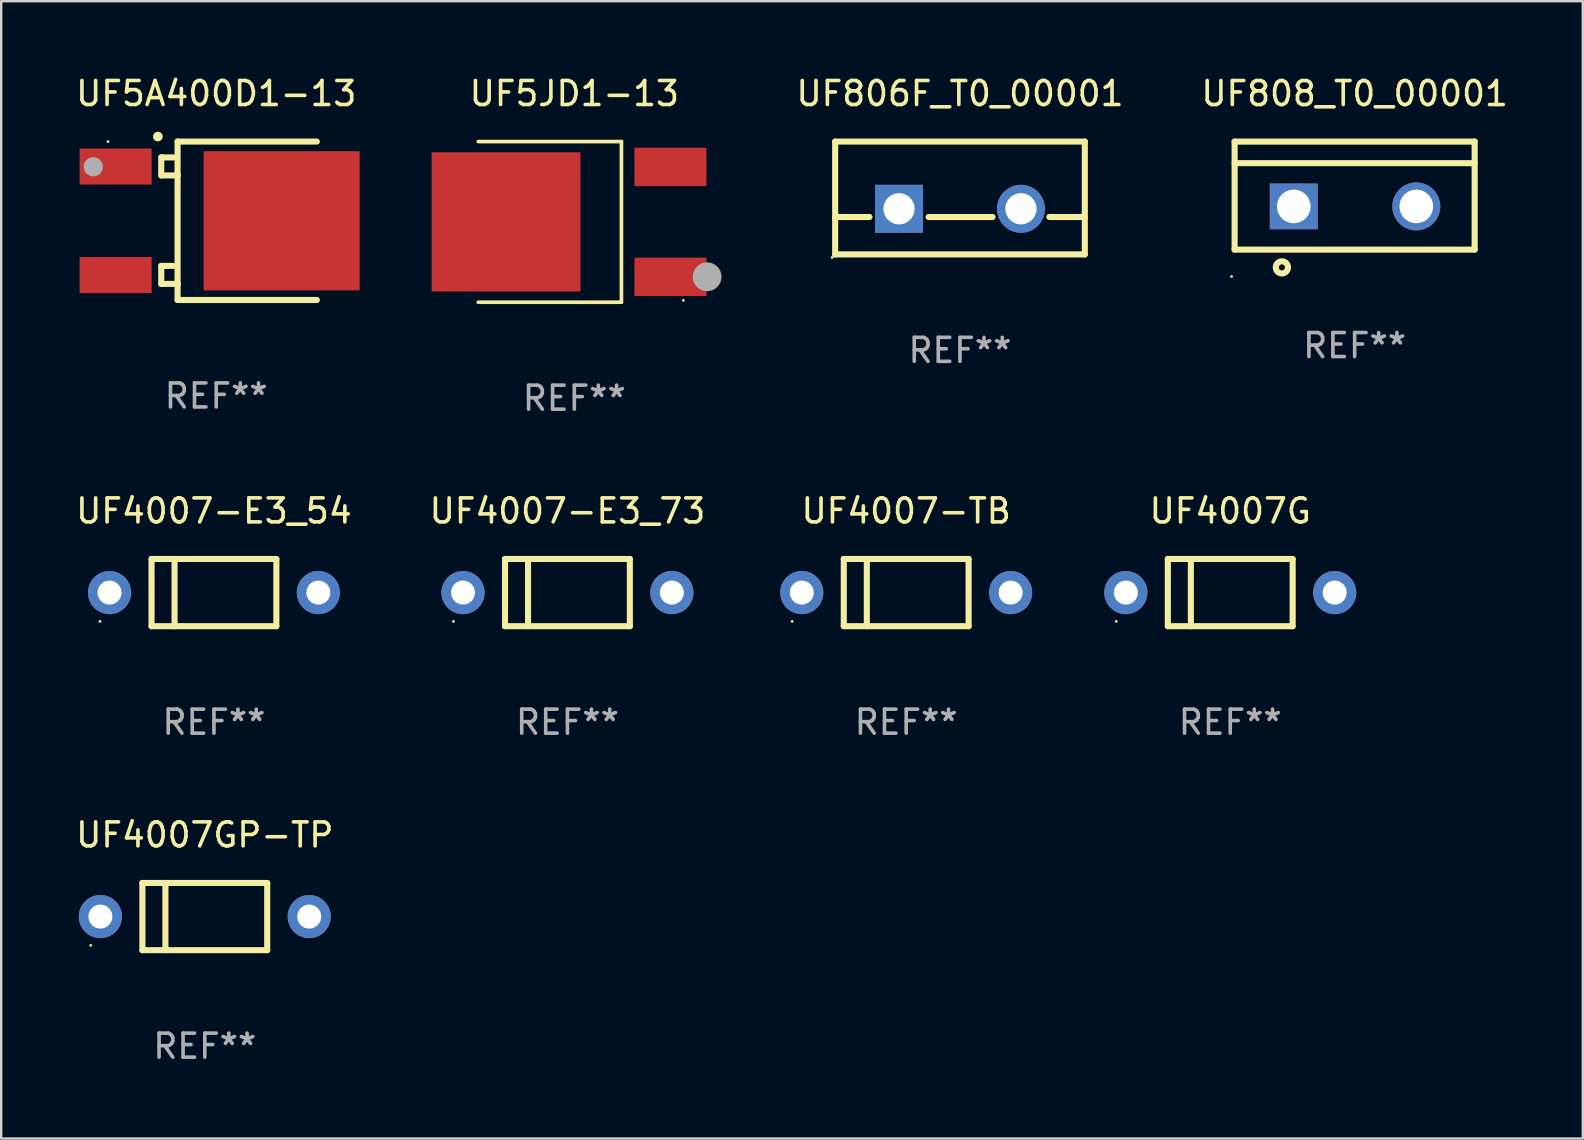
<source format=kicad_pcb>
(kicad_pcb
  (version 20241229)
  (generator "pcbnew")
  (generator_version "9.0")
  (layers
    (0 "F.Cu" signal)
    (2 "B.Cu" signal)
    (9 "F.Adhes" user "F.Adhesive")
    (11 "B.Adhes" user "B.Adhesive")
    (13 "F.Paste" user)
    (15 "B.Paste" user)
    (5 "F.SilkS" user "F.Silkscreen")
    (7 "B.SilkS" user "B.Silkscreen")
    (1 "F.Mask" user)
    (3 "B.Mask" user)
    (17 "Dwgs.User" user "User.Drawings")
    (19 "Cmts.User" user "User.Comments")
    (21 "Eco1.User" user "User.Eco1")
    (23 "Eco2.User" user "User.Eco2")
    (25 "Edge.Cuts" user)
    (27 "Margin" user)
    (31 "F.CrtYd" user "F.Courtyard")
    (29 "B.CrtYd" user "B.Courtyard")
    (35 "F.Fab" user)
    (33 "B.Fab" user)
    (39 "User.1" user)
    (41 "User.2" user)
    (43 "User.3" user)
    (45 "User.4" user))
  (footprint "UF4007G"
    (layer "F.Cu")
    (at 48.202 21.637)
    (property "Reference" "UF4007G" (at 0 -3.4 0) (layer "F.SilkS") (effects (font (size 1 1) (thickness 0.15))))
    (attr through_hole)
    (fp_line (start -2.6 -1.4) (end -2.6 1.4) (stroke (width 0.254) (type solid)) (layer "F.SilkS"))
    (fp_line (start -2.6 -1.4) (end 2.6 -1.4) (stroke (width 0.254) (type solid)) (layer "F.SilkS"))
    (fp_line (start -2.6 1.4) (end 2.6 1.4) (stroke (width 0.254) (type solid)) (layer "F.SilkS"))
    (fp_line (start -1.641 -1.4) (end -1.641 1.4) (stroke (width 0.254) (type solid)) (layer "F.SilkS"))
    (fp_line (start 2.6 -1.4) (end 2.6 1.4) (stroke (width 0.254) (type solid)) (layer "F.SilkS"))
    (fp_circle (center -4.75 1.2) (end -4.72 1.2) (stroke (width 0.06) (type solid)) (fill no) (layer "F.SilkS"))
    (fp_text user "REF**" (at 0 5.4 0) (layer "F.Fab") (effects (font (size 1 1) (thickness 0.15))))
    (pad "1" thru_hole circle (at -4.35 0) (size 1.8 1.8) (drill 1) (layers "*.Cu" "*.Mask"))
    (pad "2" thru_hole circle (at 4.35 0) (size 1.8 1.8) (drill 1) (layers "*.Cu" "*.Mask")))
  (footprint "UF4007-E3_73"
    (layer "F.Cu")
    (at 20.589 21.637)
    (property "Reference" "UF4007-E3_73" (at 0 -3.4 0) (layer "F.SilkS") (effects (font (size 1 1) (thickness 0.15))))
    (attr through_hole)
    (fp_line (start -2.6 -1.4) (end -2.6 1.4) (stroke (width 0.254) (type solid)) (layer "F.SilkS"))
    (fp_line (start -2.6 -1.4) (end 2.6 -1.4) (stroke (width 0.254) (type solid)) (layer "F.SilkS"))
    (fp_line (start -2.6 1.4) (end 2.6 1.4) (stroke (width 0.254) (type solid)) (layer "F.SilkS"))
    (fp_line (start -1.641 -1.4) (end -1.641 1.4) (stroke (width 0.254) (type solid)) (layer "F.SilkS"))
    (fp_line (start 2.6 -1.4) (end 2.6 1.4) (stroke (width 0.254) (type solid)) (layer "F.SilkS"))
    (fp_circle (center -4.75 1.2) (end -4.72 1.2) (stroke (width 0.06) (type solid)) (fill no) (layer "F.SilkS"))
    (fp_text user "REF**" (at 0 5.4 0) (layer "F.Fab") (effects (font (size 1 1) (thickness 0.15))))
    (pad "1" thru_hole circle (at -4.35 0) (size 1.8 1.8) (drill 1) (layers "*.Cu" "*.Mask"))
    (pad "2" thru_hole circle (at 4.35 0) (size 1.8 1.8) (drill 1) (layers "*.Cu" "*.Mask")))
  (footprint "UF808_T0_00001"
    (layer "F.Cu")
    (at 53.384 5.099)
    (property "Reference" "UF808_T0_00001" (at 0 -4.25 0) (layer "F.SilkS") (effects (font (size 1 1) (thickness 0.15))))
    (attr through_hole)
    (fp_line (start -5 -2.25) (end 5 -2.25) (stroke (width 0.254) (type solid)) (layer "F.SilkS"))
    (fp_line (start -5 -1.351) (end 5 -1.351) (stroke (width 0.254) (type solid)) (layer "F.SilkS"))
    (fp_line (start -5 2.25) (end -5 -2.25) (stroke (width 0.254) (type solid)) (layer "F.SilkS"))
    (fp_line (start -5 2.25) (end 5 2.25) (stroke (width 0.254) (type solid)) (layer "F.SilkS"))
    (fp_line (start 5 2.25) (end 5 -2.25) (stroke (width 0.254) (type solid)) (layer "F.SilkS"))
    (fp_circle (center -5.127 3.371) (end -5.097 3.371) (stroke (width 0.06) (type solid)) (fill no) (layer "F.SilkS"))
    (fp_circle (center -3.031 2.99) (end -2.777 2.99) (stroke (width 0.254) (type solid)) (fill no) (layer "F.SilkS"))
    (fp_text user "REF**" (at 0 6.25 0) (layer "F.Fab") (effects (font (size 1 1) (thickness 0.15))))
    (pad "1" thru_hole rect (at -2.536 0.45 90) (size 1.905 2) (drill 1.4) (layers "*.Cu" "*.Mask"))
    (pad "3" thru_hole circle (at 2.569 0.45) (size 2 2) (drill 1.4) (layers "*.Cu" "*.Mask")))
  (footprint "UF4007GP-TP"
    (layer "F.Cu")
    (at 5.482 35.134)
    (property "Reference" "UF4007GP-TP" (at 0 -3.4 0) (layer "F.SilkS") (effects (font (size 1 1) (thickness 0.15))))
    (attr through_hole)
    (fp_line (start -2.6 -1.4) (end -2.6 1.4) (stroke (width 0.254) (type solid)) (layer "F.SilkS"))
    (fp_line (start -2.6 -1.4) (end 2.6 -1.4) (stroke (width 0.254) (type solid)) (layer "F.SilkS"))
    (fp_line (start -2.6 1.4) (end 2.6 1.4) (stroke (width 0.254) (type solid)) (layer "F.SilkS"))
    (fp_line (start -1.641 -1.4) (end -1.641 1.4) (stroke (width 0.254) (type solid)) (layer "F.SilkS"))
    (fp_line (start 2.6 -1.4) (end 2.6 1.4) (stroke (width 0.254) (type solid)) (layer "F.SilkS"))
    (fp_circle (center -4.75 1.2) (end -4.72 1.2) (stroke (width 0.06) (type solid)) (fill no) (layer "F.SilkS"))
    (fp_text user "REF**" (at 0 5.4 0) (layer "F.Fab") (effects (font (size 1 1) (thickness 0.15))))
    (pad "1" thru_hole circle (at -4.35 0) (size 1.8 1.8) (drill 1) (layers "*.Cu" "*.Mask"))
    (pad "2" thru_hole circle (at 4.35 0) (size 1.8 1.8) (drill 1) (layers "*.Cu" "*.Mask")))
  (footprint "UF5A400D1-13"
    (layer "F.Cu")
    (at 5.958 6.148)
    (property "Reference" "UF5A400D1-13" (at 0 -5.3 0) (layer "F.SilkS") (effects (font (size 1 1) (thickness 0.15))))
    (attr through_hole)
    (fp_line (start -2.29 -2.64) (end -2.29 -1.89) (stroke (width 0.254) (type solid)) (layer "F.SilkS"))
    (fp_line (start -2.29 -1.89) (end -1.61 -1.89) (stroke (width 0.254) (type solid)) (layer "F.SilkS"))
    (fp_line (start -2.29 1.88) (end -2.29 2.63) (stroke (width 0.254) (type solid)) (layer "F.SilkS"))
    (fp_line (start -2.29 2.63) (end -1.61 2.63) (stroke (width 0.254) (type solid)) (layer "F.SilkS"))
    (fp_line (start -2.25 -2.64) (end -2.29 -2.64) (stroke (width 0.254) (type solid)) (layer "F.SilkS"))
    (fp_line (start -2.25 1.88) (end -2.29 1.88) (stroke (width 0.254) (type solid)) (layer "F.SilkS"))
    (fp_line (start -1.79 -2.64) (end -2.25 -2.64) (stroke (width 0.254) (type solid)) (layer "F.SilkS"))
    (fp_line (start -1.79 1.88) (end -2.25 1.88) (stroke (width 0.254) (type solid)) (layer "F.SilkS"))
    (fp_line (start -1.61 -3.3) (end -1.61 3.3) (stroke (width 0.254) (type solid)) (layer "F.SilkS"))
    (fp_line (start -1.61 -1.89) (end -1.61 -1.909) (stroke (width 0.254) (type solid)) (layer "F.SilkS"))
    (fp_line (start -1.61 3.3) (end 4.19 3.3) (stroke (width 0.254) (type solid)) (layer "F.SilkS"))
    (fp_line (start -1.61 2.63) (end -1.61 2.611) (stroke (width 0.254) (type solid)) (layer "F.SilkS"))
    (fp_line (start 4.19 -3.3) (end -1.61 -3.3) (stroke (width 0.254) (type solid)) (layer "F.SilkS"))
    (fp_arc (start -2.432614 -3.510008) (mid -2.431344 -3.510012) (end -2.430074 -3.510008) (stroke (width 0.4) (type solid)) (layer "F.SilkS"))
    (fp_circle (center -4.51 -3.3) (end -4.48 -3.3) (stroke (width 0.06) (type solid)) (fill no) (layer "F.SilkS"))
    (fp_circle (center -5.123 -2.25) (end -4.923 -2.25) (stroke (width 0.4) (type solid)) (fill no) (layer "F.Fab"))
    (fp_text user "REF**" (at 0 7.3 0) (layer "F.Fab") (effects (font (size 1 1) (thickness 0.15))))
    (pad "1" smd rect (at -4.19 -2.26) (size 3 1.5) (layers "F.Cu" "F.Mask" "F.Paste"))
    (pad "2" smd rect (at 2.724 -0.000051) (size 6.5 5.8) (layers "F.Cu" "F.Mask" "F.Paste"))
    (pad "3" smd rect (at -4.19 2.26) (size 3 1.5) (layers "F.Cu" "F.Mask" "F.Paste")))
  (footprint "UF5JD1-13"
    (layer "F.Cu")
    (at 20.876 6.194)
    (property "Reference" "UF5JD1-13" (at 0 -5.346 0) (layer "F.SilkS") (effects (font (size 1 1) (thickness 0.15))))
    (attr through_hole)
    (fp_line (start -4.004 -3.346) (end 1.963 -3.346) (stroke (width 0.152) (type solid)) (layer "F.SilkS"))
    (fp_line (start -4.004 3.346) (end 1.963 3.346) (stroke (width 0.152) (type solid)) (layer "F.SilkS"))
    (fp_line (start 1.963 3.346) (end 1.963 -3.346) (stroke (width 0.152) (type solid)) (layer "F.SilkS"))
    (fp_circle (center 4.542 3.27) (end 4.572 3.27) (stroke (width 0.06) (type solid)) (fill no) (layer "F.SilkS"))
    (fp_circle (center 5.533 2.286) (end 5.833 2.286) (stroke (width 0.6) (type solid)) (fill no) (layer "F.Fab"))
    (fp_text user "REF**" (at 0 7.346 0) (layer "F.Fab") (effects (font (size 1 1) (thickness 0.15))))
    (pad "1" smd rect (at 4.004 2.29) (size 3 1.6) (layers "F.Cu" "F.Mask" "F.Paste"))
    (pad "2" smd rect (at -2.844 0) (size 6.2 5.8) (layers "F.Cu" "F.Mask" "F.Paste"))
    (pad "3" smd rect (at 4.004 -2.29) (size 3 1.6) (layers "F.Cu" "F.Mask" "F.Paste")))
  (footprint "UF4007-TB"
    (layer "F.Cu")
    (at 34.702 21.637)
    (property "Reference" "UF4007-TB" (at 0 -3.4 0) (layer "F.SilkS") (effects (font (size 1 1) (thickness 0.15))))
    (attr through_hole)
    (fp_line (start -2.6 -1.4) (end -2.6 1.4) (stroke (width 0.254) (type solid)) (layer "F.SilkS"))
    (fp_line (start -2.6 -1.4) (end 2.6 -1.4) (stroke (width 0.254) (type solid)) (layer "F.SilkS"))
    (fp_line (start -2.6 1.4) (end 2.6 1.4) (stroke (width 0.254) (type solid)) (layer "F.SilkS"))
    (fp_line (start -1.641 -1.4) (end -1.641 1.4) (stroke (width 0.254) (type solid)) (layer "F.SilkS"))
    (fp_line (start 2.6 -1.4) (end 2.6 1.4) (stroke (width 0.254) (type solid)) (layer "F.SilkS"))
    (fp_circle (center -4.75 1.2) (end -4.72 1.2) (stroke (width 0.06) (type solid)) (fill no) (layer "F.SilkS"))
    (fp_text user "REF**" (at 0 5.4 0) (layer "F.Fab") (effects (font (size 1 1) (thickness 0.15))))
    (pad "1" thru_hole circle (at -4.35 0) (size 1.8 1.8) (drill 1) (layers "*.Cu" "*.Mask"))
    (pad "2" thru_hole circle (at 4.35 0) (size 1.8 1.8) (drill 1) (layers "*.Cu" "*.Mask")))
  (footprint "UF806F_T0_00001"
    (layer "F.Cu")
    (at 36.943 5.198)
    (property "Reference" "UF806F_T0_00001" (at 0 -4.35 0) (layer "F.SilkS") (effects (font (size 1 1) (thickness 0.15))))
    (attr through_hole)
    (fp_line (start -5.2 -2.35) (end -5.2 2.35) (stroke (width 0.254) (type solid)) (layer "F.SilkS"))
    (fp_line (start -5.2 -2.35) (end 5.2 -2.35) (stroke (width 0.254) (type solid)) (layer "F.SilkS"))
    (fp_line (start -5.2 0.792) (end -3.771 0.792) (stroke (width 0.254) (type solid)) (layer "F.SilkS"))
    (fp_line (start -5.2 2.35) (end 5.2 2.35) (stroke (width 0.254) (type solid)) (layer "F.SilkS"))
    (fp_line (start -1.309 0.792) (end 1.357 0.792) (stroke (width 0.254) (type solid)) (layer "F.SilkS"))
    (fp_line (start 3.723 0.792) (end 5.2 0.792) (stroke (width 0.254) (type solid)) (layer "F.SilkS"))
    (fp_line (start 5.2 -2.35) (end 5.2 2.35) (stroke (width 0.254) (type solid)) (layer "F.SilkS"))
    (fp_circle (center -5.327 2.477) (end -5.297 2.477) (stroke (width 0.06) (type solid)) (fill no) (layer "F.SilkS"))
    (fp_text user "REF**" (at 0 6.35 0) (layer "F.Fab") (effects (font (size 1 1) (thickness 0.15))))
    (pad "1" thru_hole rect (at -2.54 0.45) (size 2 2) (drill 1.3) (layers "*.Cu" "*.Mask"))
    (pad "2" thru_hole circle (at 2.54 0.45) (size 2 2) (drill 1.3) (layers "*.Cu" "*.Mask")))
  (footprint "UF4007-E3_54"
    (layer "F.Cu")
    (at 5.863 21.637)
    (property "Reference" "UF4007-E3_54" (at 0 -3.4 0) (layer "F.SilkS") (effects (font (size 1 1) (thickness 0.15))))
    (attr through_hole)
    (fp_line (start -2.6 -1.4) (end -2.6 1.4) (stroke (width 0.254) (type solid)) (layer "F.SilkS"))
    (fp_line (start -2.6 -1.4) (end 2.6 -1.4) (stroke (width 0.254) (type solid)) (layer "F.SilkS"))
    (fp_line (start -2.6 1.4) (end 2.6 1.4) (stroke (width 0.254) (type solid)) (layer "F.SilkS"))
    (fp_line (start -1.641 -1.4) (end -1.641 1.4) (stroke (width 0.254) (type solid)) (layer "F.SilkS"))
    (fp_line (start 2.6 -1.4) (end 2.6 1.4) (stroke (width 0.254) (type solid)) (layer "F.SilkS"))
    (fp_circle (center -4.75 1.2) (end -4.72 1.2) (stroke (width 0.06) (type solid)) (fill no) (layer "F.SilkS"))
    (fp_text user "REF**" (at 0 5.4 0) (layer "F.Fab") (effects (font (size 1 1) (thickness 0.15))))
    (pad "1" thru_hole circle (at -4.35 0) (size 1.8 1.8) (drill 1) (layers "*.Cu" "*.Mask"))
    (pad "2" thru_hole circle (at 4.35 0) (size 1.8 1.8) (drill 1) (layers "*.Cu" "*.Mask")))
  (gr_rect
    (start -3 -3)
    (end 62.89 44.382)
    (stroke (width 0.1) (type default))
    (fill no)
    (layer "Edge.Cuts")))
</source>
